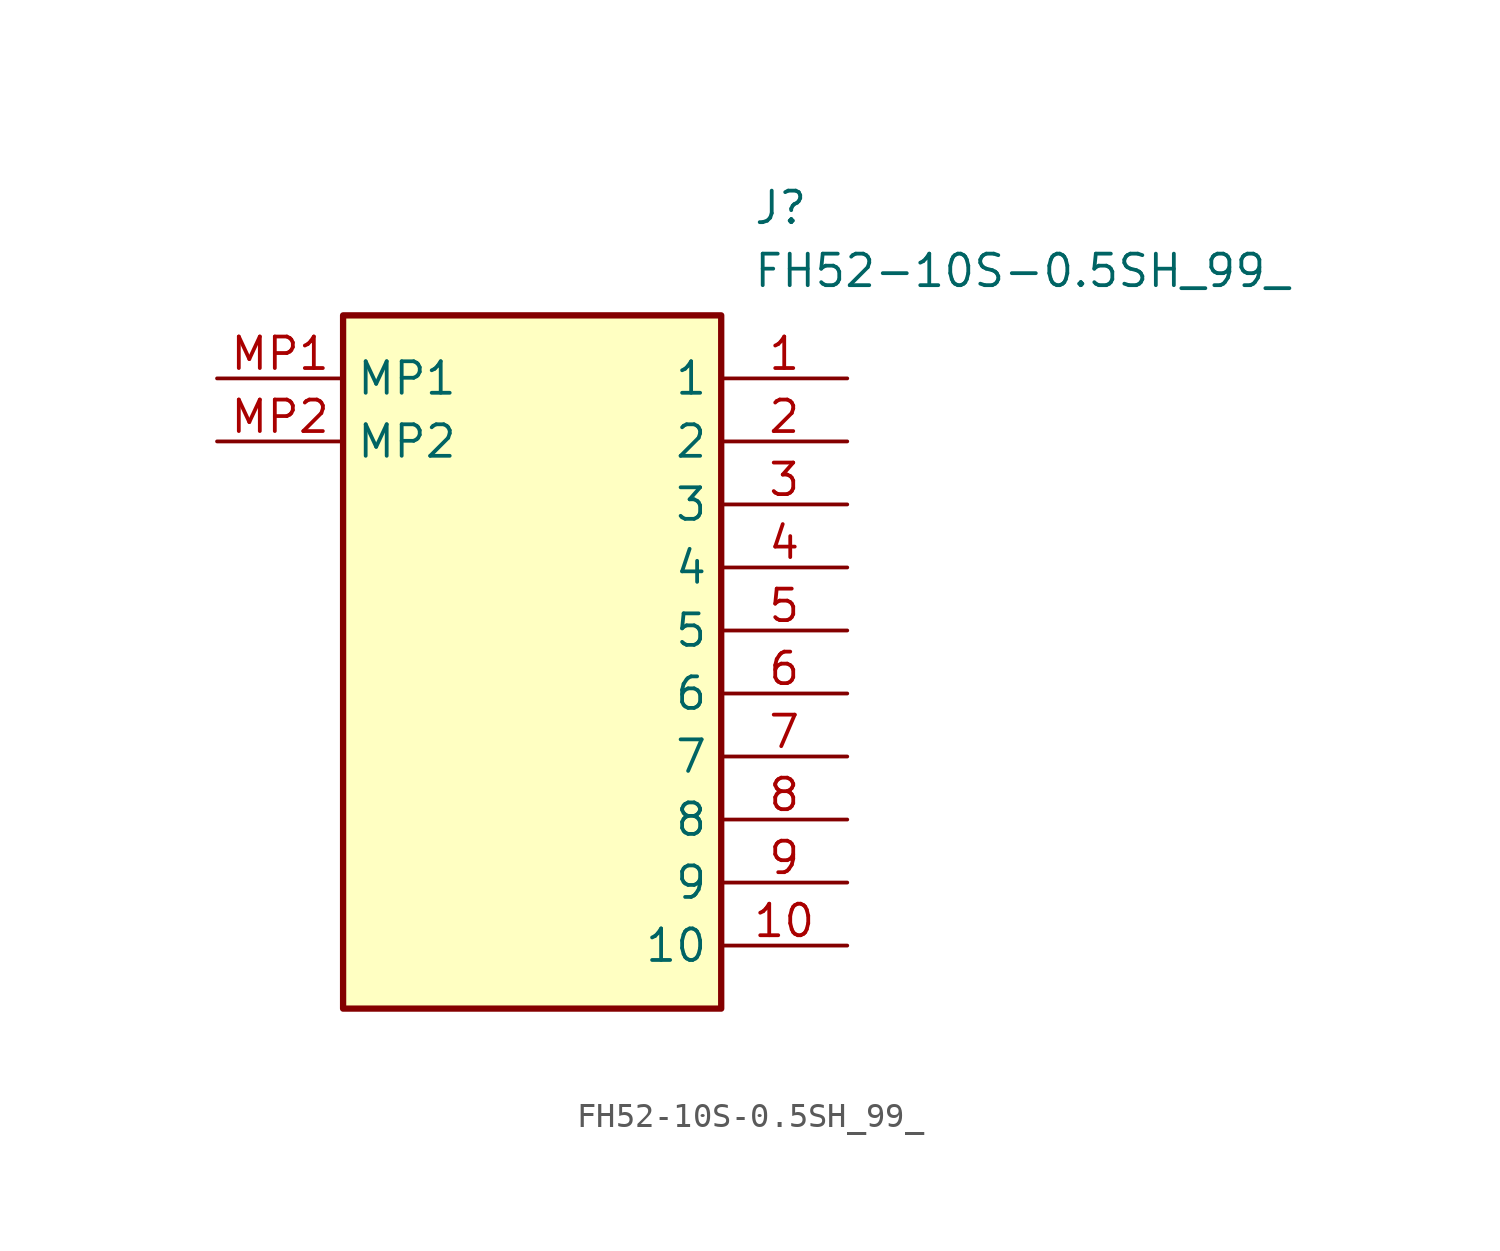
<source format=kicad_sym>
(kicad_symbol_lib
  (version 20211014)
  (generator SamacSys_ECAD_Model)
  (symbol "FH52-10S-0.5SH_99_"
    (property "Reference" "J"
      (at 21.59 7.62 0)
      (effects (font (size 1.27 1.27)) (justify left top)))
    (property "Value" "FH52-10S-0.5SH_99_"
      (at 21.59 5.08 0)
      (effects (font (size 1.27 1.27)) (justify left top)))
    (rectangle
      (start 5.08 2.54)
      (end 20.32 -25.4)
      (stroke (width 0.254) (type default))
      (fill (type background)))
    (pin passive line
      (at 25.4 0 180)
      (length 5.08)
      (name "1" (effects (font (size 1.27 1.27))))
      (number "1" (effects (font (size 1.27 1.27)))))
    (pin passive line
      (at 25.4 -2.54 180)
      (length 5.08)
      (name "2" (effects (font (size 1.27 1.27))))
      (number "2" (effects (font (size 1.27 1.27)))))
    (pin passive line
      (at 25.4 -5.08 180)
      (length 5.08)
      (name "3" (effects (font (size 1.27 1.27))))
      (number "3" (effects (font (size 1.27 1.27)))))
    (pin passive line
      (at 25.4 -7.62 180)
      (length 5.08)
      (name "4" (effects (font (size 1.27 1.27))))
      (number "4" (effects (font (size 1.27 1.27)))))
    (pin passive line
      (at 25.4 -10.16 180)
      (length 5.08)
      (name "5" (effects (font (size 1.27 1.27))))
      (number "5" (effects (font (size 1.27 1.27)))))
    (pin passive line
      (at 25.4 -12.7 180)
      (length 5.08)
      (name "6" (effects (font (size 1.27 1.27))))
      (number "6" (effects (font (size 1.27 1.27)))))
    (pin passive line
      (at 25.4 -15.24 180)
      (length 5.08)
      (name "7" (effects (font (size 1.27 1.27))))
      (number "7" (effects (font (size 1.27 1.27)))))
    (pin passive line
      (at 25.4 -17.78 180)
      (length 5.08)
      (name "8" (effects (font (size 1.27 1.27))))
      (number "8" (effects (font (size 1.27 1.27)))))
    (pin passive line
      (at 25.4 -20.32 180)
      (length 5.08)
      (name "9" (effects (font (size 1.27 1.27))))
      (number "9" (effects (font (size 1.27 1.27)))))
    (pin passive line
      (at 25.4 -22.86 180)
      (length 5.08)
      (name "10" (effects (font (size 1.27 1.27))))
      (number "10" (effects (font (size 1.27 1.27)))))
    (pin passive line
      (at 0 0 0)
      (length 5.08)
      (name "MP1" (effects (font (size 1.27 1.27))))
      (number "MP1" (effects (font (size 1.27 1.27)))))
    (pin passive line
      (at 0 -2.54 0)
      (length 5.08)
      (name "MP2" (effects (font (size 1.27 1.27))))
      (number "MP2" (effects (font (size 1.27 1.27)))))))
</source>
